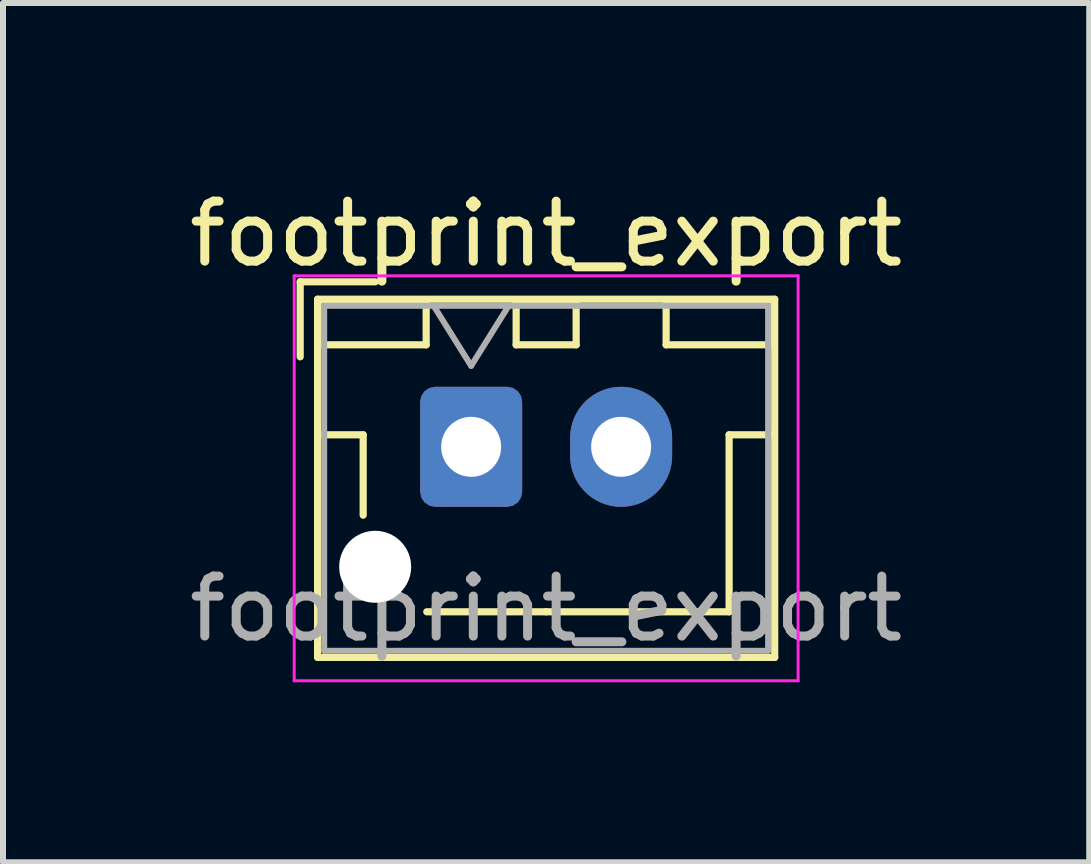
<source format=kicad_pcb>
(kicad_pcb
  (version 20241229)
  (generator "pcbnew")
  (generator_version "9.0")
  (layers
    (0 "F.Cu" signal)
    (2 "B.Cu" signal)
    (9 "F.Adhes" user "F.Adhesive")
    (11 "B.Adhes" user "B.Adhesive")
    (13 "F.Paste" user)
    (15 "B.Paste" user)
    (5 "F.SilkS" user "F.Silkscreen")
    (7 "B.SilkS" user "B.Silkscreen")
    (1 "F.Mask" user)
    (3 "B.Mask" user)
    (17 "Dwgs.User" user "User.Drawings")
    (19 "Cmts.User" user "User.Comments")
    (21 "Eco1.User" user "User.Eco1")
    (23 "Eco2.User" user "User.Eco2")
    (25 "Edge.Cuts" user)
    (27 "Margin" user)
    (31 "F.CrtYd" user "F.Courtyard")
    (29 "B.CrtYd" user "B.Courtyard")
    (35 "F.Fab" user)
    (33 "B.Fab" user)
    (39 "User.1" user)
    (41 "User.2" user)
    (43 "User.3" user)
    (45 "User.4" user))
  (footprint "footprint_export"
    (layer "F.Cu")
    (at 4.804 4.398)
    (property "Reference" "footprint_export" (at 1.25 -3.55 0) (layer "F.SilkS") (effects (font (size 1 1) (thickness 0.15))))
    (attr through_hole)
    (fp_line (start -2.85 -2.75) (end -2.85 -1.5) (stroke (width 0.12) (type solid)) (layer "F.SilkS"))
    (fp_line (start -2.56 -2.46) (end -2.56 3.51) (stroke (width 0.12) (type solid)) (layer "F.SilkS"))
    (fp_line (start -2.56 3.51) (end 5.06 3.51) (stroke (width 0.12) (type solid)) (layer "F.SilkS"))
    (fp_line (start -2.55 -2.45) (end -2.55 -1.7) (stroke (width 0.12) (type solid)) (layer "F.SilkS"))
    (fp_line (start -2.55 -1.7) (end -0.75 -1.7) (stroke (width 0.12) (type solid)) (layer "F.SilkS"))
    (fp_line (start -2.55 -0.2) (end -1.8 -0.2) (stroke (width 0.12) (type solid)) (layer "F.SilkS"))
    (fp_line (start -1.8 -0.2) (end -1.8 1.14) (stroke (width 0.12) (type solid)) (layer "F.SilkS"))
    (fp_line (start -1.6 -2.75) (end -2.85 -2.75) (stroke (width 0.12) (type solid)) (layer "F.SilkS"))
    (fp_line (start -0.75 -2.45) (end -2.55 -2.45) (stroke (width 0.12) (type solid)) (layer "F.SilkS"))
    (fp_line (start -0.75 -1.7) (end -0.75 -2.45) (stroke (width 0.12) (type solid)) (layer "F.SilkS"))
    (fp_line (start 0.75 -2.45) (end 0.75 -1.7) (stroke (width 0.12) (type solid)) (layer "F.SilkS"))
    (fp_line (start 0.75 -1.7) (end 1.75 -1.7) (stroke (width 0.12) (type solid)) (layer "F.SilkS"))
    (fp_line (start 1.25 2.75) (end -0.74 2.75) (stroke (width 0.12) (type solid)) (layer "F.SilkS"))
    (fp_line (start 1.75 -2.45) (end 0.75 -2.45) (stroke (width 0.12) (type solid)) (layer "F.SilkS"))
    (fp_line (start 1.75 -1.7) (end 1.75 -2.45) (stroke (width 0.12) (type solid)) (layer "F.SilkS"))
    (fp_line (start 3.25 -2.45) (end 3.25 -1.7) (stroke (width 0.12) (type solid)) (layer "F.SilkS"))
    (fp_line (start 3.25 -1.7) (end 5.05 -1.7) (stroke (width 0.12) (type solid)) (layer "F.SilkS"))
    (fp_line (start 4.3 -0.2) (end 4.3 2.75) (stroke (width 0.12) (type solid)) (layer "F.SilkS"))
    (fp_line (start 4.3 2.75) (end 1.25 2.75) (stroke (width 0.12) (type solid)) (layer "F.SilkS"))
    (fp_line (start 5.05 -2.45) (end 3.25 -2.45) (stroke (width 0.12) (type solid)) (layer "F.SilkS"))
    (fp_line (start 5.05 -1.7) (end 5.05 -2.45) (stroke (width 0.12) (type solid)) (layer "F.SilkS"))
    (fp_line (start 5.05 -0.2) (end 4.3 -0.2) (stroke (width 0.12) (type solid)) (layer "F.SilkS"))
    (fp_line (start 5.06 -2.46) (end -2.56 -2.46) (stroke (width 0.12) (type solid)) (layer "F.SilkS"))
    (fp_line (start 5.06 3.51) (end 5.06 -2.46) (stroke (width 0.12) (type solid)) (layer "F.SilkS"))
    (fp_line (start -2.95 -2.85) (end -2.95 3.9) (stroke (width 0.05) (type solid)) (layer "F.CrtYd"))
    (fp_line (start -2.95 3.9) (end 5.45 3.9) (stroke (width 0.05) (type solid)) (layer "F.CrtYd"))
    (fp_line (start 5.45 -2.85) (end -2.95 -2.85) (stroke (width 0.05) (type solid)) (layer "F.CrtYd"))
    (fp_line (start 5.45 3.9) (end 5.45 -2.85) (stroke (width 0.05) (type solid)) (layer "F.CrtYd"))
    (fp_line (start -2.45 -2.35) (end -2.45 3.4) (stroke (width 0.1) (type solid)) (layer "F.Fab"))
    (fp_line (start -2.45 3.4) (end 4.95 3.4) (stroke (width 0.1) (type solid)) (layer "F.Fab"))
    (fp_line (start -0.625 -2.35) (end 0 -1.35) (stroke (width 0.1) (type solid)) (layer "F.Fab"))
    (fp_line (start 0 -1.35) (end 0.625 -2.35) (stroke (width 0.1) (type solid)) (layer "F.Fab"))
    (fp_line (start 4.95 -2.35) (end -2.45 -2.35) (stroke (width 0.1) (type solid)) (layer "F.Fab"))
    (fp_line (start 4.95 3.4) (end 4.95 -2.35) (stroke (width 0.1) (type solid)) (layer "F.Fab"))
    (fp_text user "${REFERENCE}" (at 1.25 2.7 0) (layer "F.Fab") (effects (font (size 1 1) (thickness 0.15))))
    (pad "" np_thru_hole circle (at -1.6 2) (size 1.2 1.2) (drill 1.2) (layers "*.Cu" "*.Mask"))
    (pad "1" thru_hole roundrect (at 0 0) (size 1.7 2) (drill 1) (layers "*.Cu" "*.Mask") (roundrect_rratio 0.147))
    (pad "2" thru_hole oval (at 2.5 0) (size 1.7 2) (drill 1) (layers "*.Cu" "*.Mask")))
  (gr_rect
    (start -3 -3)
    (end 15.107 11.323)
    (stroke (width 0.1) (type default))
    (fill no)
    (layer "Edge.Cuts")))
</source>
